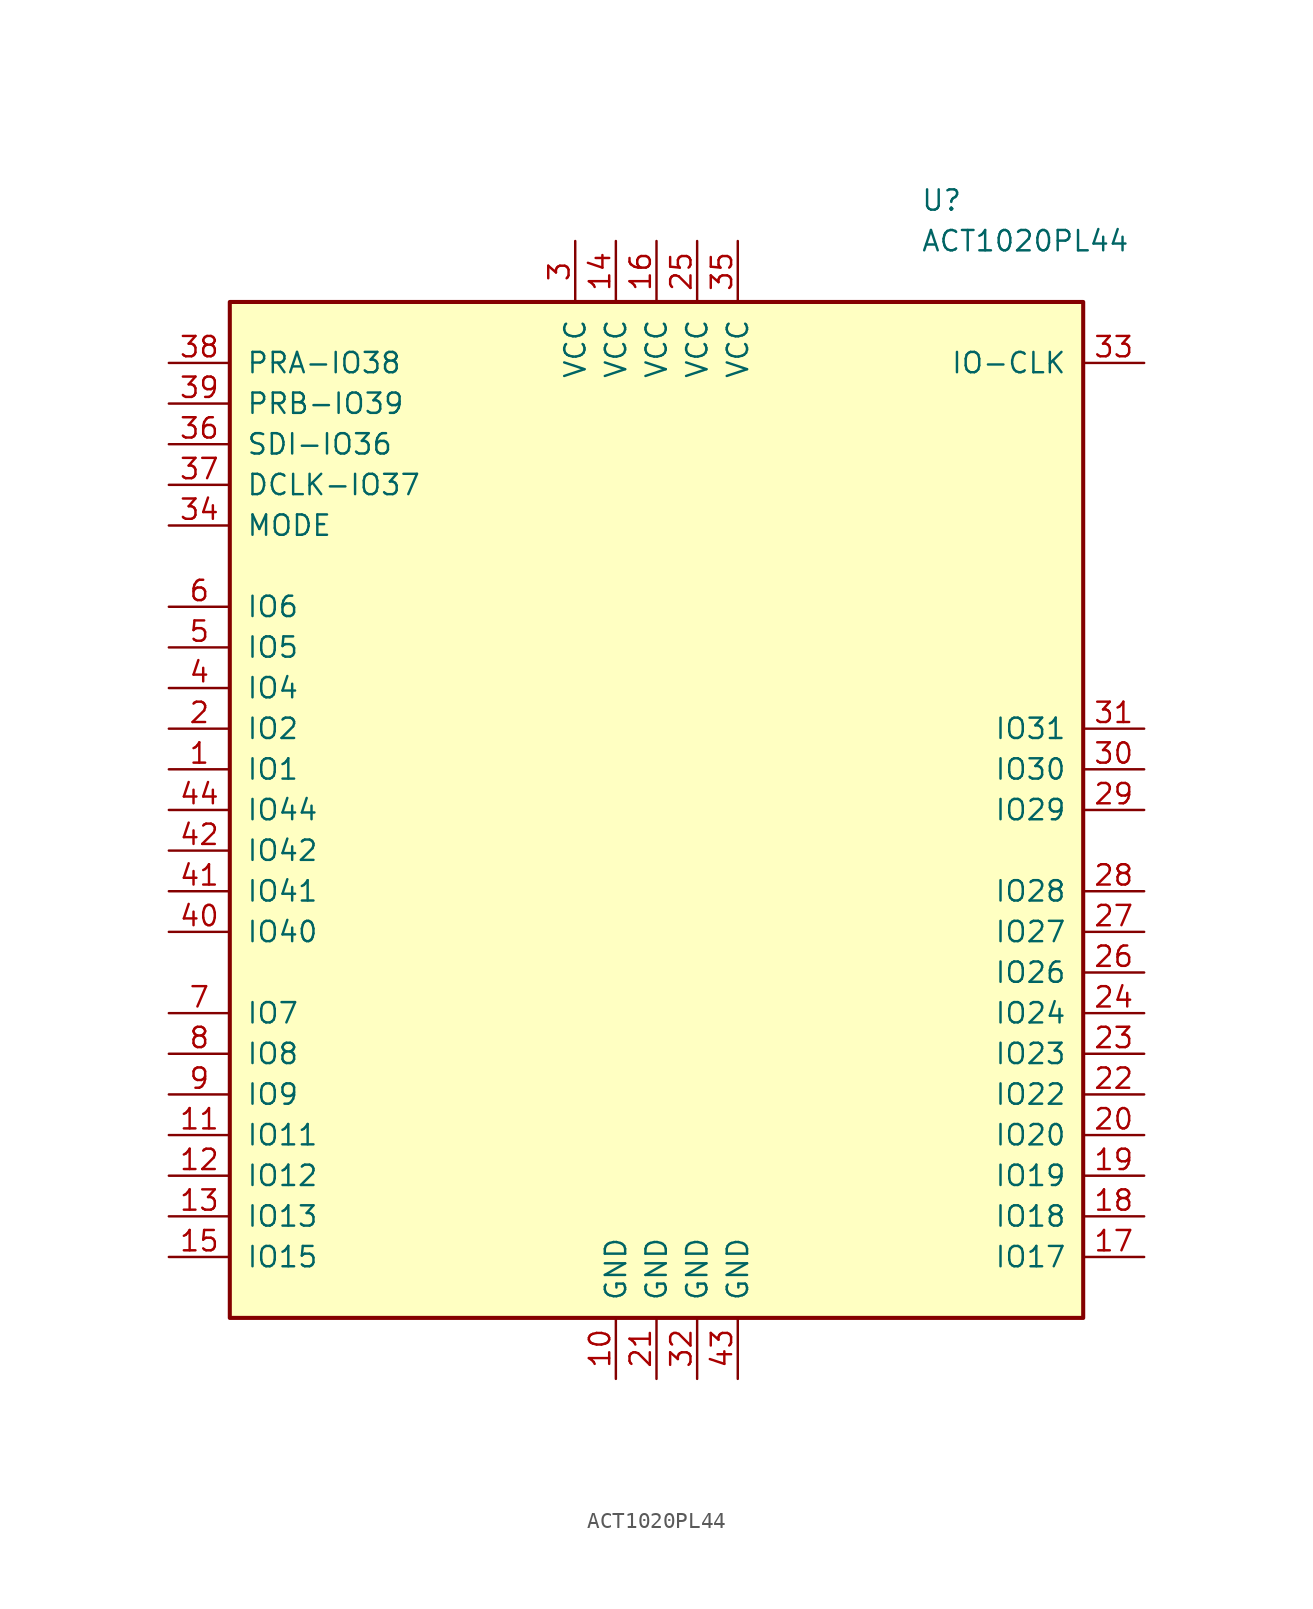
<source format=kicad_sym>
(kicad_symbol_lib
  (version 20211014)
  (generator kicad_symbol_editor)
  (symbol "ACT1020PL44"
    (pin_names
      (offset 1.016))
    (property "Reference" "U"
      (at 16.51 38.1 0)
      (effects (font (size 1.27 1.27)) (justify left)))
    (property "Value" "ACT1020PL44"
      (at 16.51 35.56 0)
      (effects (font (size 1.27 1.27)) (justify left)))
    (symbol "ACT1020PL44_0_1"
      (rectangle (start -26.67 -31.75) (end 26.67 31.75) (stroke (width 0.254) (type default) (color 0 0 0 0)) (fill (type background))))
    (symbol "ACT1020PL44_1_1"
      (pin input line (at -30.48 2.54 0) (length 3.81) (name "IO1" (effects (font (size 1.27 1.27)))) (number "1" (effects (font (size 1.27 1.27)))))
      (pin power_in line (at -2.54 -35.56 90) (length 3.81) (name "GND" (effects (font (size 1.27 1.27)))) (number "10" (effects (font (size 1.27 1.27)))))
      (pin input line (at -30.48 -20.32 0) (length 3.81) (name "IO11" (effects (font (size 1.27 1.27)))) (number "11" (effects (font (size 1.27 1.27)))))
      (pin input line (at -30.48 -22.86 0) (length 3.81) (name "IO12" (effects (font (size 1.27 1.27)))) (number "12" (effects (font (size 1.27 1.27)))))
      (pin input line (at -30.48 -25.4 0) (length 3.81) (name "IO13" (effects (font (size 1.27 1.27)))) (number "13" (effects (font (size 1.27 1.27)))))
      (pin power_in line (at -2.54 35.56 270) (length 3.81) (name "VCC" (effects (font (size 1.27 1.27)))) (number "14" (effects (font (size 1.27 1.27)))))
      (pin input line (at -30.48 -27.94 0) (length 3.81) (name "IO15" (effects (font (size 1.27 1.27)))) (number "15" (effects (font (size 1.27 1.27)))))
      (pin power_in line (at 0 35.56 270) (length 3.81) (name "VCC" (effects (font (size 1.27 1.27)))) (number "16" (effects (font (size 1.27 1.27)))))
      (pin input line (at 30.48 -27.94 180) (length 3.81) (name "IO17" (effects (font (size 1.27 1.27)))) (number "17" (effects (font (size 1.27 1.27)))))
      (pin input line (at 30.48 -25.4 180) (length 3.81) (name "IO18" (effects (font (size 1.27 1.27)))) (number "18" (effects (font (size 1.27 1.27)))))
      (pin input line (at 30.48 -22.86 180) (length 3.81) (name "IO19" (effects (font (size 1.27 1.27)))) (number "19" (effects (font (size 1.27 1.27)))))
      (pin input line (at -30.48 5.08 0) (length 3.81) (name "IO2" (effects (font (size 1.27 1.27)))) (number "2" (effects (font (size 1.27 1.27)))))
      (pin input line (at 30.48 -20.32 180) (length 3.81) (name "IO20" (effects (font (size 1.27 1.27)))) (number "20" (effects (font (size 1.27 1.27)))))
      (pin power_in line (at 0 -35.56 90) (length 3.81) (name "GND" (effects (font (size 1.27 1.27)))) (number "21" (effects (font (size 1.27 1.27)))))
      (pin input line (at 30.48 -17.78 180) (length 3.81) (name "IO22" (effects (font (size 1.27 1.27)))) (number "22" (effects (font (size 1.27 1.27)))))
      (pin input line (at 30.48 -15.24 180) (length 3.81) (name "IO23" (effects (font (size 1.27 1.27)))) (number "23" (effects (font (size 1.27 1.27)))))
      (pin input line (at 30.48 -12.7 180) (length 3.81) (name "IO24" (effects (font (size 1.27 1.27)))) (number "24" (effects (font (size 1.27 1.27)))))
      (pin power_in line (at 2.54 35.56 270) (length 3.81) (name "VCC" (effects (font (size 1.27 1.27)))) (number "25" (effects (font (size 1.27 1.27)))))
      (pin input line (at 30.48 -10.16 180) (length 3.81) (name "IO26" (effects (font (size 1.27 1.27)))) (number "26" (effects (font (size 1.27 1.27)))))
      (pin input line (at 30.48 -7.62 180) (length 3.81) (name "IO27" (effects (font (size 1.27 1.27)))) (number "27" (effects (font (size 1.27 1.27)))))
      (pin input line (at 30.48 -5.08 180) (length 3.81) (name "IO28" (effects (font (size 1.27 1.27)))) (number "28" (effects (font (size 1.27 1.27)))))
      (pin input line (at 30.48 0 180) (length 3.81) (name "IO29" (effects (font (size 1.27 1.27)))) (number "29" (effects (font (size 1.27 1.27)))))
      (pin power_in line (at -5.08 35.56 270) (length 3.81) (name "VCC" (effects (font (size 1.27 1.27)))) (number "3" (effects (font (size 1.27 1.27)))))
      (pin input line (at 30.48 2.54 180) (length 3.81) (name "IO30" (effects (font (size 1.27 1.27)))) (number "30" (effects (font (size 1.27 1.27)))))
      (pin input line (at 30.48 5.08 180) (length 3.81) (name "IO31" (effects (font (size 1.27 1.27)))) (number "31" (effects (font (size 1.27 1.27)))))
      (pin power_in line (at 2.54 -35.56 90) (length 3.81) (name "GND" (effects (font (size 1.27 1.27)))) (number "32" (effects (font (size 1.27 1.27)))))
      (pin input line (at 30.48 27.94 180) (length 3.81) (name "IO-CLK" (effects (font (size 1.27 1.27)))) (number "33" (effects (font (size 1.27 1.27)))))
      (pin input line (at -30.48 17.78 0) (length 3.81) (name "MODE" (effects (font (size 1.27 1.27)))) (number "34" (effects (font (size 1.27 1.27)))))
      (pin power_in line (at 5.08 35.56 270) (length 3.81) (name "VCC" (effects (font (size 1.27 1.27)))) (number "35" (effects (font (size 1.27 1.27)))))
      (pin input line (at -30.48 22.86 0) (length 3.81) (name "SDI-IO36" (effects (font (size 1.27 1.27)))) (number "36" (effects (font (size 1.27 1.27)))))
      (pin input line (at -30.48 20.32 0) (length 3.81) (name "DCLK-IO37" (effects (font (size 1.27 1.27)))) (number "37" (effects (font (size 1.27 1.27)))))
      (pin input line (at -30.48 27.94 0) (length 3.81) (name "PRA-IO38" (effects (font (size 1.27 1.27)))) (number "38" (effects (font (size 1.27 1.27)))))
      (pin input line (at -30.48 25.4 0) (length 3.81) (name "PRB-IO39" (effects (font (size 1.27 1.27)))) (number "39" (effects (font (size 1.27 1.27)))))
      (pin input line (at -30.48 7.62 0) (length 3.81) (name "IO4" (effects (font (size 1.27 1.27)))) (number "4" (effects (font (size 1.27 1.27)))))
      (pin input line (at -30.48 -7.62 0) (length 3.81) (name "IO40" (effects (font (size 1.27 1.27)))) (number "40" (effects (font (size 1.27 1.27)))))
      (pin input line (at -30.48 -5.08 0) (length 3.81) (name "IO41" (effects (font (size 1.27 1.27)))) (number "41" (effects (font (size 1.27 1.27)))))
      (pin input line (at -30.48 -2.54 0) (length 3.81) (name "IO42" (effects (font (size 1.27 1.27)))) (number "42" (effects (font (size 1.27 1.27)))))
      (pin power_in line (at 5.08 -35.56 90) (length 3.81) (name "GND" (effects (font (size 1.27 1.27)))) (number "43" (effects (font (size 1.27 1.27)))))
      (pin input line (at -30.48 0 0) (length 3.81) (name "IO44" (effects (font (size 1.27 1.27)))) (number "44" (effects (font (size 1.27 1.27)))))
      (pin input line (at -30.48 10.16 0) (length 3.81) (name "IO5" (effects (font (size 1.27 1.27)))) (number "5" (effects (font (size 1.27 1.27)))))
      (pin input line (at -30.48 12.7 0) (length 3.81) (name "IO6" (effects (font (size 1.27 1.27)))) (number "6" (effects (font (size 1.27 1.27)))))
      (pin input line (at -30.48 -12.7 0) (length 3.81) (name "IO7" (effects (font (size 1.27 1.27)))) (number "7" (effects (font (size 1.27 1.27)))))
      (pin input line (at -30.48 -15.24 0) (length 3.81) (name "IO8" (effects (font (size 1.27 1.27)))) (number "8" (effects (font (size 1.27 1.27)))))
      (pin input line (at -30.48 -17.78 0) (length 3.81) (name "IO9" (effects (font (size 1.27 1.27)))) (number "9" (effects (font (size 1.27 1.27))))))))
</source>
